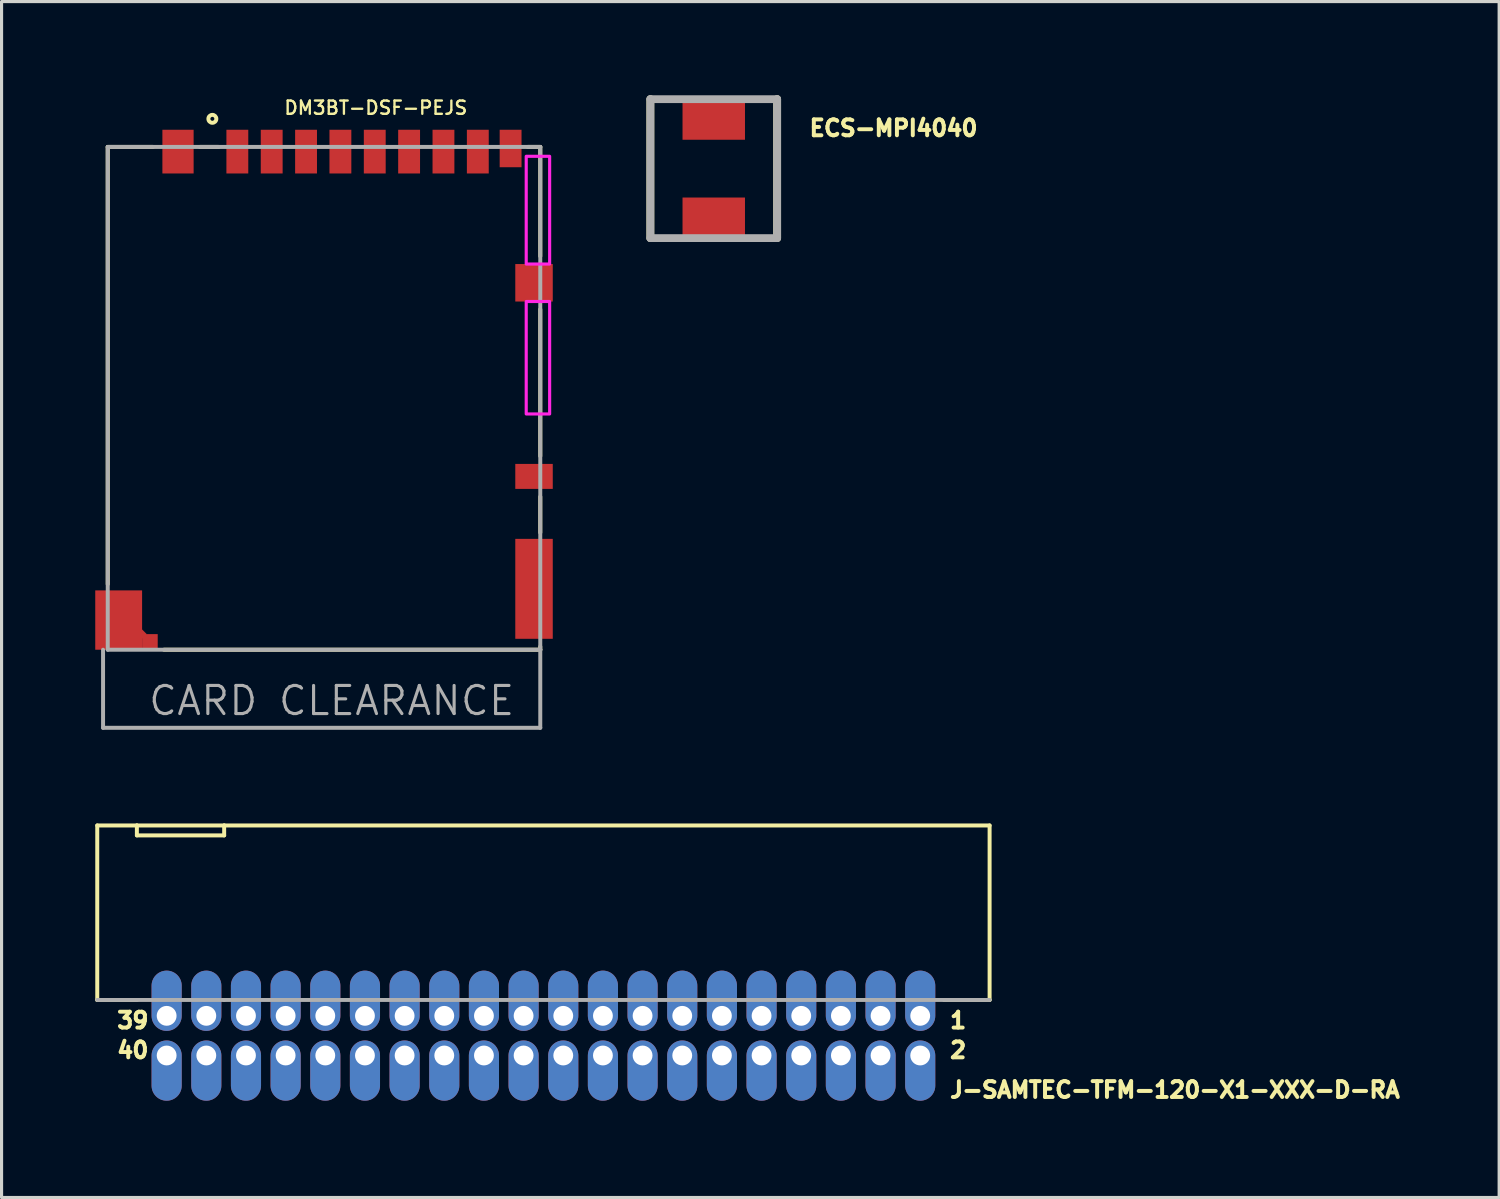
<source format=kicad_pcb>
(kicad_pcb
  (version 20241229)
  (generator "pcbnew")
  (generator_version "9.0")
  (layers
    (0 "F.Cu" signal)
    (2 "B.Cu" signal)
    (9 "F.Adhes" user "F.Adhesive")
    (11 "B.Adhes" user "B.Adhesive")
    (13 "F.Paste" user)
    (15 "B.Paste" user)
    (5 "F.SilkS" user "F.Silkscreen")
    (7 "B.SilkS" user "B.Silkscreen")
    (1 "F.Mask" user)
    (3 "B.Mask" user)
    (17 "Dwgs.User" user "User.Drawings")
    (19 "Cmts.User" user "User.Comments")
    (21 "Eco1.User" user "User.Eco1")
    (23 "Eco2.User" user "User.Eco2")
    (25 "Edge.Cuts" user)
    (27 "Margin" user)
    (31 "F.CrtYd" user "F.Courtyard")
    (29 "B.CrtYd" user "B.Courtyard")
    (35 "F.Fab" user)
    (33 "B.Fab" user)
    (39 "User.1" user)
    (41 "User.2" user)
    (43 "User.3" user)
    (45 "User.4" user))
  (footprint "J-SAMTEC-TFM-120-X1-XXX-D-RA"
    (layer "F.Cu")
    (at 14.351 30.113)
    (property "Reference" "J-SAMTEC-TFM-120-X1-XXX-D-RA" (at 12.954 2.032 0) (layer "F.SilkS") (effects (font (size 0.508 0.508) (thickness 0.127)) (justify left bottom)))
    (fp_line (start -14.287 -6.731) (end -13.018 -6.731) (stroke (width 0.127) (type solid)) (layer "F.SilkS"))
    (fp_line (start -14.287 -1.143) (end -14.287 -6.731) (stroke (width 0.127) (type solid)) (layer "F.SilkS"))
    (fp_line (start -14.287 -1.143) (end -13.018 -1.143) (stroke (width 0.127) (type solid)) (layer "F.SilkS"))
    (fp_line (start -13.018 -6.731) (end -13.018 -6.413) (stroke (width 0.127) (type solid)) (layer "F.SilkS"))
    (fp_line (start -13.018 -6.731) (end -10.223 -6.731) (stroke (width 0.127) (type solid)) (layer "F.SilkS"))
    (fp_line (start -13.018 -6.413) (end -10.223 -6.413) (stroke (width 0.127) (type solid)) (layer "F.SilkS"))
    (fp_line (start -10.223 -6.731) (end 14.287 -6.731) (stroke (width 0.127) (type solid)) (layer "F.SilkS"))
    (fp_line (start -10.223 -6.413) (end -10.223 -6.731) (stroke (width 0.127) (type solid)) (layer "F.SilkS"))
    (fp_line (start 12.827 -1.143) (end 14.287 -1.143) (stroke (width 0.127) (type solid)) (layer "F.SilkS"))
    (fp_line (start 14.287 -6.731) (end 14.287 -1.143) (stroke (width 0.127) (type solid)) (layer "F.SilkS"))
    (fp_line (start -14.287 -1.143) (end -13.018 -1.143) (stroke (width 0.127) (type solid)) (layer "F.Fab"))
    (fp_line (start -13.018 -1.143) (end -10.223 -1.143) (stroke (width 0.127) (type solid)) (layer "F.Fab"))
    (fp_line (start -10.223 -1.143) (end 14.287 -1.143) (stroke (width 0.127) (type solid)) (layer "F.Fab"))
    (fp_text user "1" (at 12.954 -0.191 0) (layer "F.SilkS") (effects (font (size 0.508 0.508) (thickness 0.127)) (justify left bottom)))
    (fp_text user "39" (at -13.716 -0.191 0) (layer "F.SilkS") (effects (font (size 0.508 0.508) (thickness 0.127)) (justify left bottom)))
    (fp_text user "40" (at -13.716 0.762 0) (layer "F.SilkS") (effects (font (size 0.508 0.508) (thickness 0.127)) (justify left bottom)))
    (fp_text user "2" (at 12.954 0.762 0) (layer "F.SilkS") (effects (font (size 0.508 0.508) (thickness 0.127)) (justify left bottom)))
    (pad "1" thru_hole oval (at 12.065 -0.635 90) (size 1.93 0.965) (drill 0.635 (offset 0.483 0)) (layers "*.Cu" "*.Mask"))
    (pad "2" thru_hole oval (at 12.065 0.635 270) (size 1.93 0.965) (drill 0.635 (offset 0.483 0)) (layers "*.Cu" "*.Mask"))
    (pad "3" thru_hole oval (at 10.795 -0.635 90) (size 1.93 0.965) (drill 0.635 (offset 0.483 0)) (layers "*.Cu" "*.Mask"))
    (pad "4" thru_hole oval (at 10.795 0.635 270) (size 1.93 0.965) (drill 0.635 (offset 0.483 0)) (layers "*.Cu" "*.Mask"))
    (pad "5" thru_hole oval (at 9.525 -0.635 90) (size 1.93 0.965) (drill 0.635 (offset 0.483 0)) (layers "*.Cu" "*.Mask"))
    (pad "6" thru_hole oval (at 9.525 0.635 270) (size 1.93 0.965) (drill 0.635 (offset 0.483 0)) (layers "*.Cu" "*.Mask"))
    (pad "7" thru_hole oval (at 8.255 -0.635 90) (size 1.93 0.965) (drill 0.635 (offset 0.483 0)) (layers "*.Cu" "*.Mask"))
    (pad "8" thru_hole oval (at 8.255 0.635 270) (size 1.93 0.965) (drill 0.635 (offset 0.483 0)) (layers "*.Cu" "*.Mask"))
    (pad "9" thru_hole oval (at 6.985 -0.635 90) (size 1.93 0.965) (drill 0.635 (offset 0.483 0)) (layers "*.Cu" "*.Mask"))
    (pad "10" thru_hole oval (at 6.985 0.635 270) (size 1.93 0.965) (drill 0.635 (offset 0.483 0)) (layers "*.Cu" "*.Mask"))
    (pad "11" thru_hole oval (at 5.715 -0.635 90) (size 1.93 0.965) (drill 0.635 (offset 0.483 0)) (layers "*.Cu" "*.Mask"))
    (pad "12" thru_hole oval (at 5.715 0.635 270) (size 1.93 0.965) (drill 0.635 (offset 0.483 0)) (layers "*.Cu" "*.Mask"))
    (pad "13" thru_hole oval (at 4.445 -0.635 90) (size 1.93 0.965) (drill 0.635 (offset 0.483 0)) (layers "*.Cu" "*.Mask"))
    (pad "14" thru_hole oval (at 4.445 0.635 270) (size 1.93 0.965) (drill 0.635 (offset 0.483 0)) (layers "*.Cu" "*.Mask"))
    (pad "15" thru_hole oval (at 3.175 -0.635 90) (size 1.93 0.965) (drill 0.635 (offset 0.483 0)) (layers "*.Cu" "*.Mask"))
    (pad "16" thru_hole oval (at 3.175 0.635 270) (size 1.93 0.965) (drill 0.635 (offset 0.483 0)) (layers "*.Cu" "*.Mask"))
    (pad "17" thru_hole oval (at 1.905 -0.635 90) (size 1.93 0.965) (drill 0.635 (offset 0.483 0)) (layers "*.Cu" "*.Mask"))
    (pad "18" thru_hole oval (at 1.905 0.635 270) (size 1.93 0.965) (drill 0.635 (offset 0.483 0)) (layers "*.Cu" "*.Mask"))
    (pad "19" thru_hole oval (at 0.635 -0.635 90) (size 1.93 0.965) (drill 0.635 (offset 0.483 0)) (layers "*.Cu" "*.Mask"))
    (pad "20" thru_hole oval (at 0.635 0.635 270) (size 1.93 0.965) (drill 0.635 (offset 0.483 0)) (layers "*.Cu" "*.Mask"))
    (pad "21" thru_hole oval (at -0.635 -0.635 90) (size 1.93 0.965) (drill 0.635 (offset 0.483 0)) (layers "*.Cu" "*.Mask"))
    (pad "22" thru_hole oval (at -0.635 0.635 270) (size 1.93 0.965) (drill 0.635 (offset 0.483 0)) (layers "*.Cu" "*.Mask"))
    (pad "23" thru_hole oval (at -1.905 -0.635 90) (size 1.93 0.965) (drill 0.635 (offset 0.483 0)) (layers "*.Cu" "*.Mask"))
    (pad "24" thru_hole oval (at -1.905 0.635 270) (size 1.93 0.965) (drill 0.635 (offset 0.483 0)) (layers "*.Cu" "*.Mask"))
    (pad "25" thru_hole oval (at -3.175 -0.635 90) (size 1.93 0.965) (drill 0.635 (offset 0.483 0)) (layers "*.Cu" "*.Mask"))
    (pad "26" thru_hole oval (at -3.175 0.635 270) (size 1.93 0.965) (drill 0.635 (offset 0.483 0)) (layers "*.Cu" "*.Mask"))
    (pad "27" thru_hole oval (at -4.445 -0.635 90) (size 1.93 0.965) (drill 0.635 (offset 0.483 0)) (layers "*.Cu" "*.Mask"))
    (pad "28" thru_hole oval (at -4.445 0.635 270) (size 1.93 0.965) (drill 0.635 (offset 0.483 0)) (layers "*.Cu" "*.Mask"))
    (pad "29" thru_hole oval (at -5.715 -0.635 90) (size 1.93 0.965) (drill 0.635 (offset 0.483 0)) (layers "*.Cu" "*.Mask"))
    (pad "30" thru_hole oval (at -5.715 0.635 270) (size 1.93 0.965) (drill 0.635 (offset 0.483 0)) (layers "*.Cu" "*.Mask"))
    (pad "31" thru_hole oval (at -6.985 -0.635 90) (size 1.93 0.965) (drill 0.635 (offset 0.483 0)) (layers "*.Cu" "*.Mask"))
    (pad "32" thru_hole oval (at -6.985 0.635 270) (size 1.93 0.965) (drill 0.635 (offset 0.483 0)) (layers "*.Cu" "*.Mask"))
    (pad "33" thru_hole oval (at -8.255 -0.635 90) (size 1.93 0.965) (drill 0.635 (offset 0.483 0)) (layers "*.Cu" "*.Mask"))
    (pad "34" thru_hole oval (at -8.255 0.635 270) (size 1.93 0.965) (drill 0.635 (offset 0.483 0)) (layers "*.Cu" "*.Mask"))
    (pad "35" thru_hole oval (at -9.525 -0.635 90) (size 1.93 0.965) (drill 0.635 (offset 0.483 0)) (layers "*.Cu" "*.Mask"))
    (pad "36" thru_hole oval (at -9.525 0.635 270) (size 1.93 0.965) (drill 0.635 (offset 0.483 0)) (layers "*.Cu" "*.Mask"))
    (pad "37" thru_hole oval (at -10.795 -0.635 90) (size 1.93 0.965) (drill 0.635 (offset 0.483 0)) (layers "*.Cu" "*.Mask"))
    (pad "38" thru_hole oval (at -10.795 0.635 270) (size 1.93 0.965) (drill 0.635 (offset 0.483 0)) (layers "*.Cu" "*.Mask"))
    (pad "39" thru_hole oval (at -12.065 -0.635 90) (size 1.93 0.965) (drill 0.635 (offset 0.483 0)) (layers "*.Cu" "*.Mask"))
    (pad "40" thru_hole oval (at -12.065 0.635 270) (size 1.93 0.965) (drill 0.635 (offset 0.483 0)) (layers "*.Cu" "*.Mask")))
  (footprint "DM3BT-DSF-PEJS"
    (layer "F.Cu")
    (at 7.75 17.755)
    (property "Reference" "DM3BT-DSF-PEJS" (at -1.739 -17.105 0) (layer "F.SilkS") (effects (font (size 0.425 0.425) (thickness 0.075)) (justify left bottom)))
    (fp_line (start -7.35 -2.1) (end -7.35 -16.1) (stroke (width 0.127) (type solid)) (layer "F.SilkS"))
    (fp_line (start -5.9 -16.1) (end -7.35 -16.1) (stroke (width 0.127) (type solid)) (layer "F.SilkS"))
    (fp_line (start -4.4 -16.1) (end -3.8 -16.1) (stroke (width 0.127) (type solid)) (layer "F.SilkS"))
    (fp_line (start 6.1 -16.1) (end 6.5 -16.1) (stroke (width 0.127) (type solid)) (layer "F.SilkS"))
    (fp_line (start 6.5 -16.1) (end 6.5 -12.6) (stroke (width 0.127) (type solid)) (layer "F.SilkS"))
    (fp_line (start 6.5 -10.9) (end 6.5 -6.2) (stroke (width 0.127) (type solid)) (layer "F.SilkS"))
    (fp_line (start 6.5 -3.75) (end 6.5 -4.9) (stroke (width 0.127) (type solid)) (layer "F.SilkS"))
    (fp_line (start 6.5 -0.1) (end 6.5 0) (stroke (width 0.127) (type solid)) (layer "F.SilkS"))
    (fp_line (start 6.5 0) (end -5.55 0) (stroke (width 0.127) (type solid)) (layer "F.SilkS"))
    (fp_circle (center -4 -17) (end -3.873 -17) (stroke (width 0.127) (type solid)) (fill no) (layer "F.SilkS"))
    (fp_poly (pts (xy 6.05 -12.35) (xy 6.8 -12.35) (xy 6.8 -15.8) (xy 6.05 -15.8)) (stroke (width 0.1) (type solid)) (fill no) (layer "F.CrtYd"))
    (fp_poly (pts (xy 6.05 -7.55) (xy 6.8 -7.55) (xy 6.8 -11.15) (xy 6.05 -11.15)) (stroke (width 0.1) (type solid)) (fill no) (layer "F.CrtYd"))
    (fp_line (start -7.5 2.5) (end -7.5 0) (stroke (width 0.127) (type solid)) (layer "F.Fab"))
    (fp_line (start -7.5 2.5) (end 6.5 2.5) (stroke (width 0.127) (type solid)) (layer "F.Fab"))
    (fp_line (start -7.35 -16.1) (end -7.35 0) (stroke (width 0.127) (type solid)) (layer "F.Fab"))
    (fp_line (start -7.35 0) (end 6.5 0) (stroke (width 0.127) (type solid)) (layer "F.Fab"))
    (fp_line (start 6.5 -16.1) (end -7.35 -16.1) (stroke (width 0.127) (type solid)) (layer "F.Fab"))
    (fp_line (start 6.5 0) (end 6.5 -16.1) (stroke (width 0.127) (type solid)) (layer "F.Fab"))
    (fp_line (start 6.5 2.5) (end 6.5 0) (stroke (width 0.127) (type solid)) (layer "F.Fab"))
    (fp_text user "CARD CLEARANCE" (at -6.096 2.159 0) (layer "F.Fab") (effects (font (size 0.9 0.9) (thickness 0.1)) (justify left bottom)))
    (pad "1" smd rect (at -3.2 -15.95 90) (size 1.4 0.7) (layers "F.Cu" "F.Mask" "F.Paste"))
    (pad "2" smd rect (at -2.1 -15.95 90) (size 1.4 0.7) (layers "F.Cu" "F.Mask" "F.Paste"))
    (pad "3" smd rect (at -1 -15.95 90) (size 1.4 0.7) (layers "F.Cu" "F.Mask" "F.Paste"))
    (pad "4" smd rect (at 0.1 -15.95 90) (size 1.4 0.7) (layers "F.Cu" "F.Mask" "F.Paste"))
    (pad "5" smd rect (at 1.2 -15.95 90) (size 1.4 0.7) (layers "F.Cu" "F.Mask" "F.Paste"))
    (pad "6" smd rect (at 2.3 -15.95 90) (size 1.4 0.7) (layers "F.Cu" "F.Mask" "F.Paste"))
    (pad "7" smd rect (at 3.4 -15.95 90) (size 1.4 0.7) (layers "F.Cu" "F.Mask" "F.Paste"))
    (pad "8" smd rect (at 4.5 -15.95 90) (size 1.4 0.7) (layers "F.Cu" "F.Mask" "F.Paste"))
    (pad "CD" smd rect (at 5.55 -16.05 90) (size 1.2 0.7) (layers "F.Cu" "F.Mask" "F.Paste"))
    (pad "CGND1" smd rect (at -6 -0.25) (size 0.5 0.5) (layers "F.Cu" "F.Mask" "F.Paste"))
    (pad "CGND2" smd rect (at -7 -0.95) (size 1.5 1.9) (layers "F.Cu" "F.Mask" "F.Paste"))
    (pad "CGND3" smd rect (at -6.25 -0.5 45) (size 0.21 0.21) (layers "F.Cu" "F.Mask" "F.Paste"))
    (pad "CGND4" smd rect (at -5.1 -15.95) (size 1 1.4) (layers "F.Cu" "F.Mask" "F.Paste"))
    (pad "CGND5" smd rect (at 6.3 -11.75) (size 1.2 1.2) (layers "F.Cu" "F.Mask" "F.Paste"))
    (pad "CGND6" smd rect (at 6.3 -1.95) (size 1.2 3.2) (layers "F.Cu" "F.Mask" "F.Paste"))
    (pad "GND" smd rect (at 6.3 -5.55) (size 1.2 0.8) (layers "F.Cu" "F.Mask" "F.Paste")))
  (footprint "ECS-MPI4040"
    (layer "F.Cu")
    (at 19.805 2.35)
    (property "Reference" "ECS-MPI4040" (at 3 -1 0) (layer "F.SilkS") (effects (font (size 0.508 0.508) (thickness 0.127)) (justify left bottom)))
    (fp_line (start -2.03 -2.225) (end -2.03 2.225) (stroke (width 0.25) (type solid)) (layer "F.SilkS"))
    (fp_line (start 2.03 -2.225) (end 2.03 2.225) (stroke (width 0.25) (type solid)) (layer "F.SilkS"))
    (fp_line (start -2.03 -2.225) (end -2.03 2.225) (stroke (width 0.25) (type solid)) (layer "F.Fab"))
    (fp_line (start 2.03 -2.225) (end -2.03 -2.225) (stroke (width 0.25) (type solid)) (layer "F.Fab"))
    (fp_line (start 2.03 -2.225) (end 2.03 2.225) (stroke (width 0.25) (type solid)) (layer "F.Fab"))
    (fp_line (start 2.03 2.225) (end -2.03 2.225) (stroke (width 0.25) (type solid)) (layer "F.Fab"))
    (pad "1" smd rect (at 0 -1.575) (size 2 1.3) (layers "F.Cu" "F.Mask" "F.Paste"))
    (pad "2" smd rect (at 0 1.575) (size 2 1.3) (layers "F.Cu" "F.Mask" "F.Paste")))
  (gr_rect
    (start -3 -3)
    (end 44.954 35.296)
    (stroke (width 0.1) (type default))
    (fill no)
    (layer "Edge.Cuts")))
</source>
